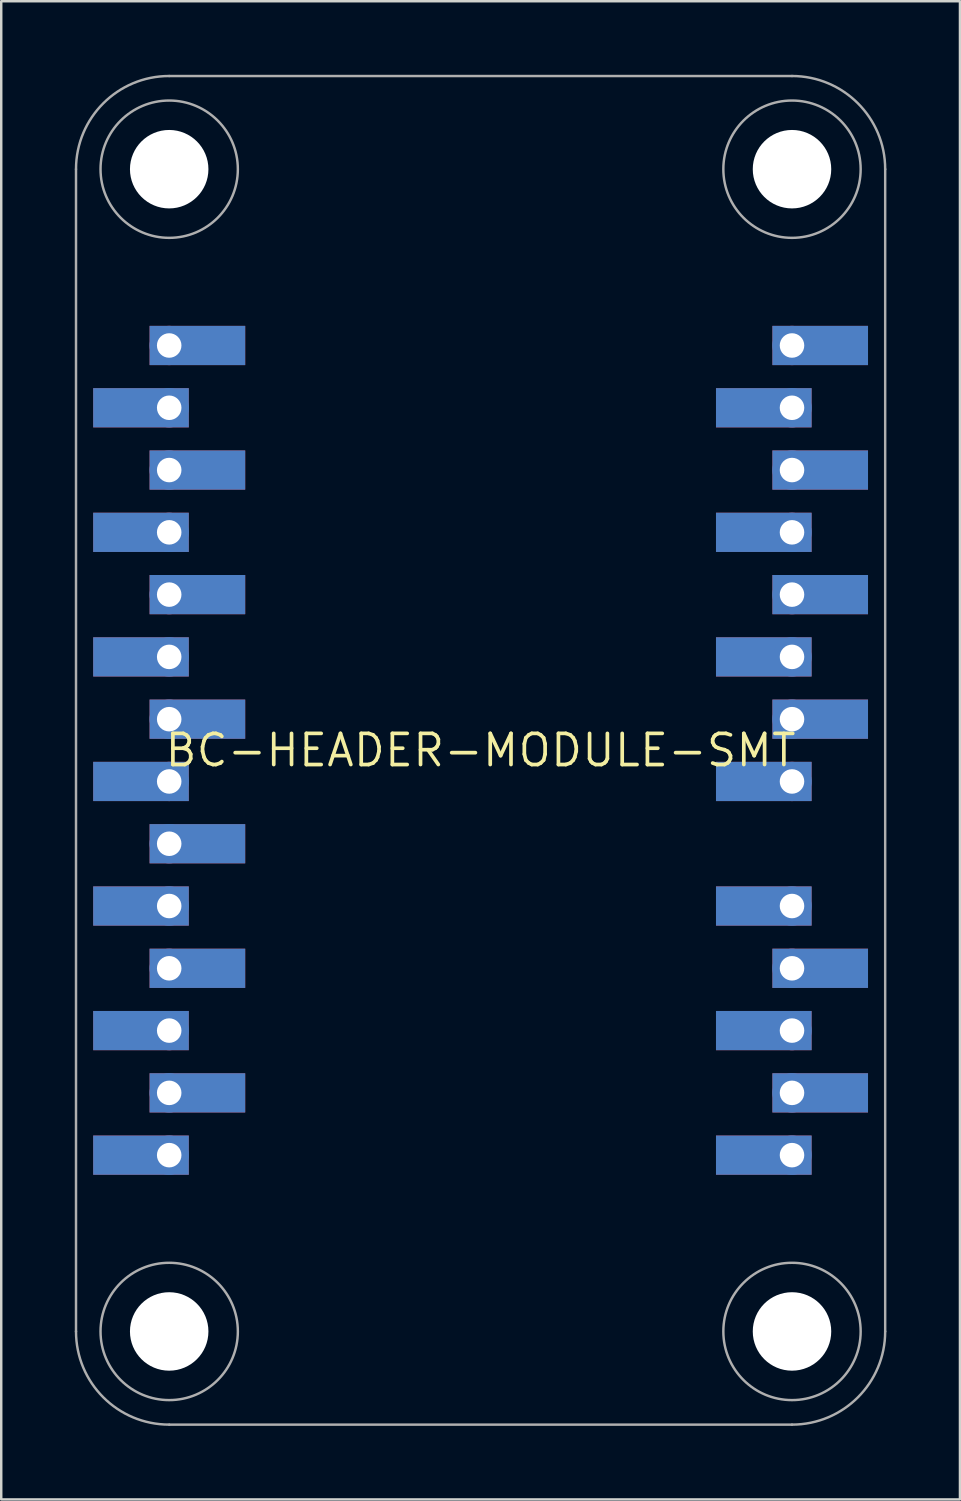
<source format=kicad_pcb>
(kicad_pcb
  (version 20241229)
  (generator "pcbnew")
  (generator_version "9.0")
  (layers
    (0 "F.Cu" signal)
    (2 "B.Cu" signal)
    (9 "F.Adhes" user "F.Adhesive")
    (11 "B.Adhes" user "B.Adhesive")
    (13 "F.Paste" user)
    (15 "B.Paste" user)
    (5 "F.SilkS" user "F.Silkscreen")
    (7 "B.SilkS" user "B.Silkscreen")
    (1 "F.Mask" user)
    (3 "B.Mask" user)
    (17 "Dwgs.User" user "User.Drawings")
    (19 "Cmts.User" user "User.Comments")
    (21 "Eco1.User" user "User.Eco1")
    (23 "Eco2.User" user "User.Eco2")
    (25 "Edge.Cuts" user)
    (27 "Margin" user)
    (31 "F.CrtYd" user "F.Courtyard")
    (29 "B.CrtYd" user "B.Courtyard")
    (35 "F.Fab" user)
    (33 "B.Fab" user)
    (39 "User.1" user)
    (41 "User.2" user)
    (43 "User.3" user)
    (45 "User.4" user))
  (footprint "BC-HEADER-MODULE-SMT"
    (layer "F.Cu")
    (at 16.55 27.55)
    (property "Reference" "BC-HEADER-MODULE-SMT" (at 0 0 0) (unlocked yes) (layer "F.SilkS") (effects (font (size 1.27 1.27) (thickness 0.15))))
    (fp_poly (pts (xy -11.9 -13.17) (xy -15.8 -13.17) (xy -15.8 -14.77) (xy -11.9 -14.77)) (stroke (width 0) (type default)) (fill yes) (layer "F.Cu"))
    (fp_poly (pts (xy -11.9 -8.09) (xy -15.8 -8.09) (xy -15.8 -9.69) (xy -11.9 -9.69)) (stroke (width 0) (type default)) (fill yes) (layer "F.Cu"))
    (fp_poly (pts (xy -11.9 -3.01) (xy -15.8 -3.01) (xy -15.8 -4.61) (xy -11.9 -4.61)) (stroke (width 0) (type default)) (fill yes) (layer "F.Cu"))
    (fp_poly (pts (xy -11.9 2.07) (xy -15.8 2.07) (xy -15.8 0.47) (xy -11.9 0.47)) (stroke (width 0) (type default)) (fill yes) (layer "F.Cu"))
    (fp_poly (pts (xy -11.9 7.15) (xy -15.8 7.15) (xy -15.8 5.55) (xy -11.9 5.55)) (stroke (width 0) (type default)) (fill yes) (layer "F.Cu"))
    (fp_poly (pts (xy -11.9 12.23) (xy -15.8 12.23) (xy -15.8 10.63) (xy -11.9 10.63)) (stroke (width 0) (type default)) (fill yes) (layer "F.Cu"))
    (fp_poly (pts (xy -11.9 17.31) (xy -15.8 17.31) (xy -15.8 15.71) (xy -11.9 15.71)) (stroke (width 0) (type default)) (fill yes) (layer "F.Cu"))
    (fp_poly (pts (xy -9.6 -15.71) (xy -13.5 -15.71) (xy -13.5 -17.31) (xy -9.6 -17.31)) (stroke (width 0) (type default)) (fill yes) (layer "F.Cu"))
    (fp_poly (pts (xy -9.6 -10.63) (xy -13.5 -10.63) (xy -13.5 -12.23) (xy -9.6 -12.23)) (stroke (width 0) (type default)) (fill yes) (layer "F.Cu"))
    (fp_poly (pts (xy -9.6 -5.55) (xy -13.5 -5.55) (xy -13.5 -7.15) (xy -9.6 -7.15)) (stroke (width 0) (type default)) (fill yes) (layer "F.Cu"))
    (fp_poly (pts (xy -9.6 -0.47) (xy -13.5 -0.47) (xy -13.5 -2.07) (xy -9.6 -2.07)) (stroke (width 0) (type default)) (fill yes) (layer "F.Cu"))
    (fp_poly (pts (xy -9.6 4.61) (xy -13.5 4.61) (xy -13.5 3.01) (xy -9.6 3.01)) (stroke (width 0) (type default)) (fill yes) (layer "F.Cu"))
    (fp_poly (pts (xy -9.6 9.69) (xy -13.5 9.69) (xy -13.5 8.09) (xy -9.6 8.09)) (stroke (width 0) (type default)) (fill yes) (layer "F.Cu"))
    (fp_poly (pts (xy -9.6 14.77) (xy -13.5 14.77) (xy -13.5 13.17) (xy -9.6 13.17)) (stroke (width 0) (type default)) (fill yes) (layer "F.Cu"))
    (fp_poly (pts (xy 13.5 -13.17) (xy 9.6 -13.17) (xy 9.6 -14.77) (xy 13.5 -14.77)) (stroke (width 0) (type default)) (fill yes) (layer "F.Cu"))
    (fp_poly (pts (xy 13.5 -8.09) (xy 9.6 -8.09) (xy 9.6 -9.69) (xy 13.5 -9.69)) (stroke (width 0) (type default)) (fill yes) (layer "F.Cu"))
    (fp_poly (pts (xy 13.5 -3.01) (xy 9.6 -3.01) (xy 9.6 -4.61) (xy 13.5 -4.61)) (stroke (width 0) (type default)) (fill yes) (layer "F.Cu"))
    (fp_poly (pts (xy 13.5 2.07) (xy 9.6 2.07) (xy 9.6 0.47) (xy 13.5 0.47)) (stroke (width 0) (type default)) (fill yes) (layer "F.Cu"))
    (fp_poly (pts (xy 13.5 7.15) (xy 9.6 7.15) (xy 9.6 5.55) (xy 13.5 5.55)) (stroke (width 0) (type default)) (fill yes) (layer "F.Cu"))
    (fp_poly (pts (xy 13.5 12.23) (xy 9.6 12.23) (xy 9.6 10.63) (xy 13.5 10.63)) (stroke (width 0) (type default)) (fill yes) (layer "F.Cu"))
    (fp_poly (pts (xy 13.5 17.31) (xy 9.6 17.31) (xy 9.6 15.71) (xy 13.5 15.71)) (stroke (width 0) (type default)) (fill yes) (layer "F.Cu"))
    (fp_poly (pts (xy 15.8 -15.71) (xy 11.9 -15.71) (xy 11.9 -17.31) (xy 15.8 -17.31)) (stroke (width 0) (type default)) (fill yes) (layer "F.Cu"))
    (fp_poly (pts (xy 15.8 -10.63) (xy 11.9 -10.63) (xy 11.9 -12.23) (xy 15.8 -12.23)) (stroke (width 0) (type default)) (fill yes) (layer "F.Cu"))
    (fp_poly (pts (xy 15.8 -5.55) (xy 11.9 -5.55) (xy 11.9 -7.15) (xy 15.8 -7.15)) (stroke (width 0) (type default)) (fill yes) (layer "F.Cu"))
    (fp_poly (pts (xy 15.8 -0.47) (xy 11.9 -0.47) (xy 11.9 -2.07) (xy 15.8 -2.07)) (stroke (width 0) (type default)) (fill yes) (layer "F.Cu"))
    (fp_poly (pts (xy 15.8 9.69) (xy 11.9 9.69) (xy 11.9 8.09) (xy 15.8 8.09)) (stroke (width 0) (type default)) (fill yes) (layer "F.Cu"))
    (fp_poly (pts (xy 15.8 14.77) (xy 11.9 14.77) (xy 11.9 13.17) (xy 15.8 13.17)) (stroke (width 0) (type default)) (fill yes) (layer "F.Cu"))
    (fp_poly (pts (xy -15.9 -13.07) (xy -11.8 -13.07) (xy -11.8 -14.87) (xy -15.9 -14.87)) (stroke (width 0) (type default)) (fill yes) (layer "F.Mask"))
    (fp_poly (pts (xy -15.9 -7.99) (xy -11.8 -7.99) (xy -11.8 -9.79) (xy -15.9 -9.79)) (stroke (width 0) (type default)) (fill yes) (layer "F.Mask"))
    (fp_poly (pts (xy -15.9 -2.91) (xy -11.8 -2.91) (xy -11.8 -4.71) (xy -15.9 -4.71)) (stroke (width 0) (type default)) (fill yes) (layer "F.Mask"))
    (fp_poly (pts (xy -15.9 2.17) (xy -11.8 2.17) (xy -11.8 0.37) (xy -15.9 0.37)) (stroke (width 0) (type default)) (fill yes) (layer "F.Mask"))
    (fp_poly (pts (xy -15.9 7.25) (xy -11.8 7.25) (xy -11.8 5.45) (xy -15.9 5.45)) (stroke (width 0) (type default)) (fill yes) (layer "F.Mask"))
    (fp_poly (pts (xy -15.9 12.33) (xy -11.8 12.33) (xy -11.8 10.53) (xy -15.9 10.53)) (stroke (width 0) (type default)) (fill yes) (layer "F.Mask"))
    (fp_poly (pts (xy -15.9 17.41) (xy -11.8 17.41) (xy -11.8 15.61) (xy -15.9 15.61)) (stroke (width 0) (type default)) (fill yes) (layer "F.Mask"))
    (fp_poly (pts (xy -9.5 -17.41) (xy -13.6 -17.41) (xy -13.6 -15.61) (xy -9.5 -15.61)) (stroke (width 0) (type default)) (fill yes) (layer "F.Mask"))
    (fp_poly (pts (xy -9.5 -12.33) (xy -13.6 -12.33) (xy -13.6 -10.53) (xy -9.5 -10.53)) (stroke (width 0) (type default)) (fill yes) (layer "F.Mask"))
    (fp_poly (pts (xy -9.5 -7.25) (xy -13.6 -7.25) (xy -13.6 -5.45) (xy -9.5 -5.45)) (stroke (width 0) (type default)) (fill yes) (layer "F.Mask"))
    (fp_poly (pts (xy -9.5 -2.17) (xy -13.6 -2.17) (xy -13.6 -0.37) (xy -9.5 -0.37)) (stroke (width 0) (type default)) (fill yes) (layer "F.Mask"))
    (fp_poly (pts (xy -9.5 2.91) (xy -13.6 2.91) (xy -13.6 4.71) (xy -9.5 4.71)) (stroke (width 0) (type default)) (fill yes) (layer "F.Mask"))
    (fp_poly (pts (xy -9.5 7.99) (xy -13.6 7.99) (xy -13.6 9.79) (xy -9.5 9.79)) (stroke (width 0) (type default)) (fill yes) (layer "F.Mask"))
    (fp_poly (pts (xy -9.5 13.07) (xy -13.6 13.07) (xy -13.6 14.87) (xy -9.5 14.87)) (stroke (width 0) (type default)) (fill yes) (layer "F.Mask"))
    (fp_poly (pts (xy 9.5 -13.07) (xy 13.6 -13.07) (xy 13.6 -14.87) (xy 9.5 -14.87)) (stroke (width 0) (type default)) (fill yes) (layer "F.Mask"))
    (fp_poly (pts (xy 9.5 -7.99) (xy 13.6 -7.99) (xy 13.6 -9.79) (xy 9.5 -9.79)) (stroke (width 0) (type default)) (fill yes) (layer "F.Mask"))
    (fp_poly (pts (xy 9.5 -2.91) (xy 13.6 -2.91) (xy 13.6 -4.71) (xy 9.5 -4.71)) (stroke (width 0) (type default)) (fill yes) (layer "F.Mask"))
    (fp_poly (pts (xy 9.5 2.17) (xy 13.6 2.17) (xy 13.6 0.37) (xy 9.5 0.37)) (stroke (width 0) (type default)) (fill yes) (layer "F.Mask"))
    (fp_poly (pts (xy 9.5 7.25) (xy 13.6 7.25) (xy 13.6 5.45) (xy 9.5 5.45)) (stroke (width 0) (type default)) (fill yes) (layer "F.Mask"))
    (fp_poly (pts (xy 9.5 12.33) (xy 13.6 12.33) (xy 13.6 10.53) (xy 9.5 10.53)) (stroke (width 0) (type default)) (fill yes) (layer "F.Mask"))
    (fp_poly (pts (xy 9.5 17.41) (xy 13.6 17.41) (xy 13.6 15.61) (xy 9.5 15.61)) (stroke (width 0) (type default)) (fill yes) (layer "F.Mask"))
    (fp_poly (pts (xy 15.9 -17.41) (xy 11.8 -17.41) (xy 11.8 -15.61) (xy 15.9 -15.61)) (stroke (width 0) (type default)) (fill yes) (layer "F.Mask"))
    (fp_poly (pts (xy 15.9 -12.33) (xy 11.8 -12.33) (xy 11.8 -10.53) (xy 15.9 -10.53)) (stroke (width 0) (type default)) (fill yes) (layer "F.Mask"))
    (fp_poly (pts (xy 15.9 -7.25) (xy 11.8 -7.25) (xy 11.8 -5.45) (xy 15.9 -5.45)) (stroke (width 0) (type default)) (fill yes) (layer "F.Mask"))
    (fp_poly (pts (xy 15.9 -2.17) (xy 11.8 -2.17) (xy 11.8 -0.37) (xy 15.9 -0.37)) (stroke (width 0) (type default)) (fill yes) (layer "F.Mask"))
    (fp_poly (pts (xy 15.9 7.99) (xy 11.8 7.99) (xy 11.8 9.79) (xy 15.9 9.79)) (stroke (width 0) (type default)) (fill yes) (layer "F.Mask"))
    (fp_poly (pts (xy 15.9 13.07) (xy 11.8 13.07) (xy 11.8 14.87) (xy 15.9 14.87)) (stroke (width 0) (type default)) (fill yes) (layer "F.Mask"))
    (fp_poly (pts (xy -11.9 -13.17) (xy -15.8 -13.17) (xy -15.8 -14.77) (xy -11.9 -14.77)) (stroke (width 0) (type default)) (fill yes) (layer "B.Cu"))
    (fp_poly (pts (xy -11.9 -8.09) (xy -15.8 -8.09) (xy -15.8 -9.69) (xy -11.9 -9.69)) (stroke (width 0) (type default)) (fill yes) (layer "B.Cu"))
    (fp_poly (pts (xy -11.9 -3.01) (xy -15.8 -3.01) (xy -15.8 -4.61) (xy -11.9 -4.61)) (stroke (width 0) (type default)) (fill yes) (layer "B.Cu"))
    (fp_poly (pts (xy -11.9 2.07) (xy -15.8 2.07) (xy -15.8 0.47) (xy -11.9 0.47)) (stroke (width 0) (type default)) (fill yes) (layer "B.Cu"))
    (fp_poly (pts (xy -11.9 7.15) (xy -15.8 7.15) (xy -15.8 5.55) (xy -11.9 5.55)) (stroke (width 0) (type default)) (fill yes) (layer "B.Cu"))
    (fp_poly (pts (xy -11.9 12.23) (xy -15.8 12.23) (xy -15.8 10.63) (xy -11.9 10.63)) (stroke (width 0) (type default)) (fill yes) (layer "B.Cu"))
    (fp_poly (pts (xy -11.9 17.31) (xy -15.8 17.31) (xy -15.8 15.71) (xy -11.9 15.71)) (stroke (width 0) (type default)) (fill yes) (layer "B.Cu"))
    (fp_poly (pts (xy -9.6 -15.71) (xy -13.5 -15.71) (xy -13.5 -17.31) (xy -9.6 -17.31)) (stroke (width 0) (type default)) (fill yes) (layer "B.Cu"))
    (fp_poly (pts (xy -9.6 -10.63) (xy -13.5 -10.63) (xy -13.5 -12.23) (xy -9.6 -12.23)) (stroke (width 0) (type default)) (fill yes) (layer "B.Cu"))
    (fp_poly (pts (xy -9.6 -5.55) (xy -13.5 -5.55) (xy -13.5 -7.15) (xy -9.6 -7.15)) (stroke (width 0) (type default)) (fill yes) (layer "B.Cu"))
    (fp_poly (pts (xy -9.6 -0.47) (xy -13.5 -0.47) (xy -13.5 -2.07) (xy -9.6 -2.07)) (stroke (width 0) (type default)) (fill yes) (layer "B.Cu"))
    (fp_poly (pts (xy -9.6 4.61) (xy -13.5 4.61) (xy -13.5 3.01) (xy -9.6 3.01)) (stroke (width 0) (type default)) (fill yes) (layer "B.Cu"))
    (fp_poly (pts (xy -9.6 9.69) (xy -13.5 9.69) (xy -13.5 8.09) (xy -9.6 8.09)) (stroke (width 0) (type default)) (fill yes) (layer "B.Cu"))
    (fp_poly (pts (xy -9.6 14.77) (xy -13.5 14.77) (xy -13.5 13.17) (xy -9.6 13.17)) (stroke (width 0) (type default)) (fill yes) (layer "B.Cu"))
    (fp_poly (pts (xy 13.5 -13.17) (xy 9.6 -13.17) (xy 9.6 -14.77) (xy 13.5 -14.77)) (stroke (width 0) (type default)) (fill yes) (layer "B.Cu"))
    (fp_poly (pts (xy 13.5 -8.09) (xy 9.6 -8.09) (xy 9.6 -9.69) (xy 13.5 -9.69)) (stroke (width 0) (type default)) (fill yes) (layer "B.Cu"))
    (fp_poly (pts (xy 13.5 -3.01) (xy 9.6 -3.01) (xy 9.6 -4.61) (xy 13.5 -4.61)) (stroke (width 0) (type default)) (fill yes) (layer "B.Cu"))
    (fp_poly (pts (xy 13.5 2.07) (xy 9.6 2.07) (xy 9.6 0.47) (xy 13.5 0.47)) (stroke (width 0) (type default)) (fill yes) (layer "B.Cu"))
    (fp_poly (pts (xy 13.5 7.15) (xy 9.6 7.15) (xy 9.6 5.55) (xy 13.5 5.55)) (stroke (width 0) (type default)) (fill yes) (layer "B.Cu"))
    (fp_poly (pts (xy 13.5 12.23) (xy 9.6 12.23) (xy 9.6 10.63) (xy 13.5 10.63)) (stroke (width 0) (type default)) (fill yes) (layer "B.Cu"))
    (fp_poly (pts (xy 13.5 17.31) (xy 9.6 17.31) (xy 9.6 15.71) (xy 13.5 15.71)) (stroke (width 0) (type default)) (fill yes) (layer "B.Cu"))
    (fp_poly (pts (xy 15.8 -15.71) (xy 11.9 -15.71) (xy 11.9 -17.31) (xy 15.8 -17.31)) (stroke (width 0) (type default)) (fill yes) (layer "B.Cu"))
    (fp_poly (pts (xy 15.8 -10.63) (xy 11.9 -10.63) (xy 11.9 -12.23) (xy 15.8 -12.23)) (stroke (width 0) (type default)) (fill yes) (layer "B.Cu"))
    (fp_poly (pts (xy 15.8 -5.55) (xy 11.9 -5.55) (xy 11.9 -7.15) (xy 15.8 -7.15)) (stroke (width 0) (type default)) (fill yes) (layer "B.Cu"))
    (fp_poly (pts (xy 15.8 -0.47) (xy 11.9 -0.47) (xy 11.9 -2.07) (xy 15.8 -2.07)) (stroke (width 0) (type default)) (fill yes) (layer "B.Cu"))
    (fp_poly (pts (xy 15.8 9.69) (xy 11.9 9.69) (xy 11.9 8.09) (xy 15.8 8.09)) (stroke (width 0) (type default)) (fill yes) (layer "B.Cu"))
    (fp_poly (pts (xy 15.8 14.77) (xy 11.9 14.77) (xy 11.9 13.17) (xy 15.8 13.17)) (stroke (width 0) (type default)) (fill yes) (layer "B.Cu"))
    (fp_poly (pts (xy -15.9 -13.07) (xy -11.8 -13.07) (xy -11.8 -14.87) (xy -15.9 -14.87)) (stroke (width 0) (type default)) (fill yes) (layer "B.Mask"))
    (fp_poly (pts (xy -15.9 -7.99) (xy -11.8 -7.99) (xy -11.8 -9.79) (xy -15.9 -9.79)) (stroke (width 0) (type default)) (fill yes) (layer "B.Mask"))
    (fp_poly (pts (xy -15.9 -2.91) (xy -11.8 -2.91) (xy -11.8 -4.71) (xy -15.9 -4.71)) (stroke (width 0) (type default)) (fill yes) (layer "B.Mask"))
    (fp_poly (pts (xy -15.9 2.17) (xy -11.8 2.17) (xy -11.8 0.37) (xy -15.9 0.37)) (stroke (width 0) (type default)) (fill yes) (layer "B.Mask"))
    (fp_poly (pts (xy -15.9 7.25) (xy -11.8 7.25) (xy -11.8 5.45) (xy -15.9 5.45)) (stroke (width 0) (type default)) (fill yes) (layer "B.Mask"))
    (fp_poly (pts (xy -15.9 12.33) (xy -11.8 12.33) (xy -11.8 10.53) (xy -15.9 10.53)) (stroke (width 0) (type default)) (fill yes) (layer "B.Mask"))
    (fp_poly (pts (xy -15.9 17.41) (xy -11.8 17.41) (xy -11.8 15.61) (xy -15.9 15.61)) (stroke (width 0) (type default)) (fill yes) (layer "B.Mask"))
    (fp_poly (pts (xy -9.5 -17.41) (xy -13.6 -17.41) (xy -13.6 -15.61) (xy -9.5 -15.61)) (stroke (width 0) (type default)) (fill yes) (layer "B.Mask"))
    (fp_poly (pts (xy -9.5 -12.33) (xy -13.6 -12.33) (xy -13.6 -10.53) (xy -9.5 -10.53)) (stroke (width 0) (type default)) (fill yes) (layer "B.Mask"))
    (fp_poly (pts (xy -9.5 -7.25) (xy -13.6 -7.25) (xy -13.6 -5.45) (xy -9.5 -5.45)) (stroke (width 0) (type default)) (fill yes) (layer "B.Mask"))
    (fp_poly (pts (xy -9.5 -2.17) (xy -13.6 -2.17) (xy -13.6 -0.37) (xy -9.5 -0.37)) (stroke (width 0) (type default)) (fill yes) (layer "B.Mask"))
    (fp_poly (pts (xy -9.5 2.91) (xy -13.6 2.91) (xy -13.6 4.71) (xy -9.5 4.71)) (stroke (width 0) (type default)) (fill yes) (layer "B.Mask"))
    (fp_poly (pts (xy -9.5 7.99) (xy -13.6 7.99) (xy -13.6 9.79) (xy -9.5 9.79)) (stroke (width 0) (type default)) (fill yes) (layer "B.Mask"))
    (fp_poly (pts (xy -9.5 13.07) (xy -13.6 13.07) (xy -13.6 14.87) (xy -9.5 14.87)) (stroke (width 0) (type default)) (fill yes) (layer "B.Mask"))
    (fp_poly (pts (xy 9.5 -13.07) (xy 13.6 -13.07) (xy 13.6 -14.87) (xy 9.5 -14.87)) (stroke (width 0) (type default)) (fill yes) (layer "B.Mask"))
    (fp_poly (pts (xy 9.5 -7.99) (xy 13.6 -7.99) (xy 13.6 -9.79) (xy 9.5 -9.79)) (stroke (width 0) (type default)) (fill yes) (layer "B.Mask"))
    (fp_poly (pts (xy 9.5 -2.91) (xy 13.6 -2.91) (xy 13.6 -4.71) (xy 9.5 -4.71)) (stroke (width 0) (type default)) (fill yes) (layer "B.Mask"))
    (fp_poly (pts (xy 9.5 2.17) (xy 13.6 2.17) (xy 13.6 0.37) (xy 9.5 0.37)) (stroke (width 0) (type default)) (fill yes) (layer "B.Mask"))
    (fp_poly (pts (xy 9.5 7.25) (xy 13.6 7.25) (xy 13.6 5.45) (xy 9.5 5.45)) (stroke (width 0) (type default)) (fill yes) (layer "B.Mask"))
    (fp_poly (pts (xy 9.5 12.33) (xy 13.6 12.33) (xy 13.6 10.53) (xy 9.5 10.53)) (stroke (width 0) (type default)) (fill yes) (layer "B.Mask"))
    (fp_poly (pts (xy 9.5 17.41) (xy 13.6 17.41) (xy 13.6 15.61) (xy 9.5 15.61)) (stroke (width 0) (type default)) (fill yes) (layer "B.Mask"))
    (fp_poly (pts (xy 15.9 -17.41) (xy 11.8 -17.41) (xy 11.8 -15.61) (xy 15.9 -15.61)) (stroke (width 0) (type default)) (fill yes) (layer "B.Mask"))
    (fp_poly (pts (xy 15.9 -12.33) (xy 11.8 -12.33) (xy 11.8 -10.53) (xy 15.9 -10.53)) (stroke (width 0) (type default)) (fill yes) (layer "B.Mask"))
    (fp_poly (pts (xy 15.9 -7.25) (xy 11.8 -7.25) (xy 11.8 -5.45) (xy 15.9 -5.45)) (stroke (width 0) (type default)) (fill yes) (layer "B.Mask"))
    (fp_poly (pts (xy 15.9 -2.17) (xy 11.8 -2.17) (xy 11.8 -0.37) (xy 15.9 -0.37)) (stroke (width 0) (type default)) (fill yes) (layer "B.Mask"))
    (fp_poly (pts (xy 15.9 7.99) (xy 11.8 7.99) (xy 11.8 9.79) (xy 15.9 9.79)) (stroke (width 0) (type default)) (fill yes) (layer "B.Mask"))
    (fp_poly (pts (xy 15.9 13.07) (xy 11.8 13.07) (xy 11.8 14.87) (xy 15.9 14.87)) (stroke (width 0) (type default)) (fill yes) (layer "B.Mask"))
    (fp_poly (pts (xy -15.7 -13.32) (xy -13.6 -13.32) (xy -13.6 -14.62) (xy -15.7 -14.62)) (stroke (width 0) (type default)) (fill yes) (layer "F.Paste"))
    (fp_poly (pts (xy -15.7 -8.24) (xy -13.6 -8.24) (xy -13.6 -9.54) (xy -15.7 -9.54)) (stroke (width 0) (type default)) (fill yes) (layer "F.Paste"))
    (fp_poly (pts (xy -15.7 -3.16) (xy -13.6 -3.16) (xy -13.6 -4.46) (xy -15.7 -4.46)) (stroke (width 0) (type default)) (fill yes) (layer "F.Paste"))
    (fp_poly (pts (xy -15.7 1.92) (xy -13.6 1.92) (xy -13.6 0.62) (xy -15.7 0.62)) (stroke (width 0) (type default)) (fill yes) (layer "F.Paste"))
    (fp_poly (pts (xy -15.7 7) (xy -13.6 7) (xy -13.6 5.7) (xy -15.7 5.7)) (stroke (width 0) (type default)) (fill yes) (layer "F.Paste"))
    (fp_poly (pts (xy -13.6 10.78) (xy -15.7 10.78) (xy -15.7 12.08) (xy -13.6 12.08)) (stroke (width 0) (type default)) (fill yes) (layer "F.Paste"))
    (fp_poly (pts (xy -13.6 15.86) (xy -15.7 15.86) (xy -15.7 17.16) (xy -13.6 17.16)) (stroke (width 0) (type default)) (fill yes) (layer "F.Paste"))
    (fp_poly (pts (xy -11.8 -10.78) (xy -9.7 -10.78) (xy -9.7 -12.08) (xy -11.8 -12.08)) (stroke (width 0) (type default)) (fill yes) (layer "F.Paste"))
    (fp_poly (pts (xy -11.8 -5.7) (xy -9.7 -5.7) (xy -9.7 -7) (xy -11.8 -7)) (stroke (width 0) (type default)) (fill yes) (layer "F.Paste"))
    (fp_poly (pts (xy -11.8 -0.62) (xy -9.7 -0.62) (xy -9.7 -1.92) (xy -11.8 -1.92)) (stroke (width 0) (type default)) (fill yes) (layer "F.Paste"))
    (fp_poly (pts (xy -11.8 4.46) (xy -9.7 4.46) (xy -9.7 3.16) (xy -11.8 3.16)) (stroke (width 0) (type default)) (fill yes) (layer "F.Paste"))
    (fp_poly (pts (xy -11.8 9.54) (xy -9.7 9.54) (xy -9.7 8.24) (xy -11.8 8.24)) (stroke (width 0) (type default)) (fill yes) (layer "F.Paste"))
    (fp_poly (pts (xy -11.8 14.62) (xy -9.7 14.62) (xy -9.7 13.32) (xy -11.8 13.32)) (stroke (width 0) (type default)) (fill yes) (layer "F.Paste"))
    (fp_poly (pts (xy -9.7 -17.16) (xy -11.8 -17.16) (xy -11.8 -15.86) (xy -9.7 -15.86)) (stroke (width 0) (type default)) (fill yes) (layer "F.Paste"))
    (fp_poly (pts (xy 9.7 -13.32) (xy 11.8 -13.32) (xy 11.8 -14.62) (xy 9.7 -14.62)) (stroke (width 0) (type default)) (fill yes) (layer "F.Paste"))
    (fp_poly (pts (xy 9.7 -8.24) (xy 11.8 -8.24) (xy 11.8 -9.54) (xy 9.7 -9.54)) (stroke (width 0) (type default)) (fill yes) (layer "F.Paste"))
    (fp_poly (pts (xy 9.7 -3.16) (xy 11.8 -3.16) (xy 11.8 -4.46) (xy 9.7 -4.46)) (stroke (width 0) (type default)) (fill yes) (layer "F.Paste"))
    (fp_poly (pts (xy 9.7 1.92) (xy 11.8 1.92) (xy 11.8 0.62) (xy 9.7 0.62)) (stroke (width 0) (type default)) (fill yes) (layer "F.Paste"))
    (fp_poly (pts (xy 9.7 7) (xy 11.8 7) (xy 11.8 5.7) (xy 9.7 5.7)) (stroke (width 0) (type default)) (fill yes) (layer "F.Paste"))
    (fp_poly (pts (xy 11.8 10.78) (xy 9.7 10.78) (xy 9.7 12.08) (xy 11.8 12.08)) (stroke (width 0) (type default)) (fill yes) (layer "F.Paste"))
    (fp_poly (pts (xy 11.8 15.86) (xy 9.7 15.86) (xy 9.7 17.16) (xy 11.8 17.16)) (stroke (width 0) (type default)) (fill yes) (layer "F.Paste"))
    (fp_poly (pts (xy 13.6 -10.78) (xy 15.7 -10.78) (xy 15.7 -12.08) (xy 13.6 -12.08)) (stroke (width 0) (type default)) (fill yes) (layer "F.Paste"))
    (fp_poly (pts (xy 13.6 -5.7) (xy 15.7 -5.7) (xy 15.7 -7) (xy 13.6 -7)) (stroke (width 0) (type default)) (fill yes) (layer "F.Paste"))
    (fp_poly (pts (xy 13.6 -0.62) (xy 15.7 -0.62) (xy 15.7 -1.92) (xy 13.6 -1.92)) (stroke (width 0) (type default)) (fill yes) (layer "F.Paste"))
    (fp_poly (pts (xy 13.6 9.54) (xy 15.7 9.54) (xy 15.7 8.24) (xy 13.6 8.24)) (stroke (width 0) (type default)) (fill yes) (layer "F.Paste"))
    (fp_poly (pts (xy 13.6 14.62) (xy 15.7 14.62) (xy 15.7 13.32) (xy 13.6 13.32)) (stroke (width 0) (type default)) (fill yes) (layer "F.Paste"))
    (fp_poly (pts (xy 15.7 -17.16) (xy 13.6 -17.16) (xy 13.6 -15.86) (xy 15.7 -15.86)) (stroke (width 0) (type default)) (fill yes) (layer "F.Paste"))
    (fp_poly (pts (xy -13.6 -14.62) (xy -15.7 -14.62) (xy -15.7 -13.32) (xy -13.6 -13.32)) (stroke (width 0) (type default)) (fill yes) (layer "B.Paste"))
    (fp_poly (pts (xy -13.6 -9.54) (xy -15.7 -9.54) (xy -15.7 -8.24) (xy -13.6 -8.24)) (stroke (width 0) (type default)) (fill yes) (layer "B.Paste"))
    (fp_poly (pts (xy -13.6 -4.46) (xy -15.7 -4.46) (xy -15.7 -3.16) (xy -13.6 -3.16)) (stroke (width 0) (type default)) (fill yes) (layer "B.Paste"))
    (fp_poly (pts (xy -13.6 0.62) (xy -15.7 0.62) (xy -15.7 1.92) (xy -13.6 1.92)) (stroke (width 0) (type default)) (fill yes) (layer "B.Paste"))
    (fp_poly (pts (xy -13.6 5.7) (xy -15.7 5.7) (xy -15.7 7) (xy -13.6 7)) (stroke (width 0) (type default)) (fill yes) (layer "B.Paste"))
    (fp_poly (pts (xy -13.6 10.78) (xy -15.7 10.78) (xy -15.7 12.08) (xy -13.6 12.08)) (stroke (width 0) (type default)) (fill yes) (layer "B.Paste"))
    (fp_poly (pts (xy -13.6 15.86) (xy -15.7 15.86) (xy -15.7 17.16) (xy -13.6 17.16)) (stroke (width 0) (type default)) (fill yes) (layer "B.Paste"))
    (fp_poly (pts (xy -11.8 9.54) (xy -9.7 9.54) (xy -9.7 8.24) (xy -11.8 8.24)) (stroke (width 0) (type default)) (fill yes) (layer "B.Paste"))
    (fp_poly (pts (xy -11.8 14.62) (xy -9.7 14.62) (xy -9.7 13.32) (xy -11.8 13.32)) (stroke (width 0) (type default)) (fill yes) (layer "B.Paste"))
    (fp_poly (pts (xy -9.7 -17.16) (xy -11.8 -17.16) (xy -11.8 -15.86) (xy -9.7 -15.86)) (stroke (width 0) (type default)) (fill yes) (layer "B.Paste"))
    (fp_poly (pts (xy -9.7 -12.08) (xy -11.8 -12.08) (xy -11.8 -10.78) (xy -9.7 -10.78)) (stroke (width 0) (type default)) (fill yes) (layer "B.Paste"))
    (fp_poly (pts (xy -9.7 -7) (xy -11.8 -7) (xy -11.8 -5.7) (xy -9.7 -5.7)) (stroke (width 0) (type default)) (fill yes) (layer "B.Paste"))
    (fp_poly (pts (xy -9.7 -1.92) (xy -11.8 -1.92) (xy -11.8 -0.62) (xy -9.7 -0.62)) (stroke (width 0) (type default)) (fill yes) (layer "B.Paste"))
    (fp_poly (pts (xy -9.7 3.16) (xy -11.8 3.16) (xy -11.8 4.46) (xy -9.7 4.46)) (stroke (width 0) (type default)) (fill yes) (layer "B.Paste"))
    (fp_poly (pts (xy 11.8 -14.62) (xy 9.7 -14.62) (xy 9.7 -13.32) (xy 11.8 -13.32)) (stroke (width 0) (type default)) (fill yes) (layer "B.Paste"))
    (fp_poly (pts (xy 11.8 -9.54) (xy 9.7 -9.54) (xy 9.7 -8.24) (xy 11.8 -8.24)) (stroke (width 0) (type default)) (fill yes) (layer "B.Paste"))
    (fp_poly (pts (xy 11.8 -4.46) (xy 9.7 -4.46) (xy 9.7 -3.16) (xy 11.8 -3.16)) (stroke (width 0) (type default)) (fill yes) (layer "B.Paste"))
    (fp_poly (pts (xy 11.8 0.62) (xy 9.7 0.62) (xy 9.7 1.92) (xy 11.8 1.92)) (stroke (width 0) (type default)) (fill yes) (layer "B.Paste"))
    (fp_poly (pts (xy 11.8 5.7) (xy 9.7 5.7) (xy 9.7 7) (xy 11.8 7)) (stroke (width 0) (type default)) (fill yes) (layer "B.Paste"))
    (fp_poly (pts (xy 11.8 10.78) (xy 9.7 10.78) (xy 9.7 12.08) (xy 11.8 12.08)) (stroke (width 0) (type default)) (fill yes) (layer "B.Paste"))
    (fp_poly (pts (xy 11.8 15.86) (xy 9.7 15.86) (xy 9.7 17.16) (xy 11.8 17.16)) (stroke (width 0) (type default)) (fill yes) (layer "B.Paste"))
    (fp_poly (pts (xy 13.6 9.54) (xy 15.7 9.54) (xy 15.7 8.24) (xy 13.6 8.24)) (stroke (width 0) (type default)) (fill yes) (layer "B.Paste"))
    (fp_poly (pts (xy 13.6 14.62) (xy 15.7 14.62) (xy 15.7 13.32) (xy 13.6 13.32)) (stroke (width 0) (type default)) (fill yes) (layer "B.Paste"))
    (fp_poly (pts (xy 15.7 -17.16) (xy 13.6 -17.16) (xy 13.6 -15.86) (xy 15.7 -15.86)) (stroke (width 0) (type default)) (fill yes) (layer "B.Paste"))
    (fp_poly (pts (xy 15.7 -12.08) (xy 13.6 -12.08) (xy 13.6 -10.78) (xy 15.7 -10.78)) (stroke (width 0) (type default)) (fill yes) (layer "B.Paste"))
    (fp_poly (pts (xy 15.7 -7) (xy 13.6 -7) (xy 13.6 -5.7) (xy 15.7 -5.7)) (stroke (width 0) (type default)) (fill yes) (layer "B.Paste"))
    (fp_poly (pts (xy 15.7 -1.92) (xy 13.6 -1.92) (xy 13.6 -0.62) (xy 15.7 -0.62)) (stroke (width 0) (type default)) (fill yes) (layer "B.Paste"))
    (fp_line (start -16.5 23.7) (end -16.5 -23.7) (stroke (width 0.1) (type solid)) (layer "F.Fab"))
    (fp_line (start -12.7 -27.5) (end 12.7 -27.5) (stroke (width 0.1) (type solid)) (layer "F.Fab"))
    (fp_line (start 12.7 27.5) (end -12.7 27.5) (stroke (width 0.1) (type solid)) (layer "F.Fab"))
    (fp_line (start 16.5 -23.7) (end 16.5 23.7) (stroke (width 0.1) (type solid)) (layer "F.Fab"))
    (fp_arc (start -16.5 -23.7) (mid -15.387006 -26.387006) (end -12.7 -27.5) (stroke (width 0.1) (type solid)) (layer "F.Fab"))
    (fp_arc (start -12.7 27.5) (mid -15.387006 26.387006) (end -16.5 23.7) (stroke (width 0.1) (type solid)) (layer "F.Fab"))
    (fp_arc (start 12.7 -27.5) (mid 15.387006 -26.387006) (end 16.5 -23.7) (stroke (width 0.1) (type solid)) (layer "F.Fab"))
    (fp_arc (start 16.5 23.7) (mid 15.387006 26.387006) (end 12.7 27.5) (stroke (width 0.1) (type solid)) (layer "F.Fab"))
    (fp_circle (center -12.7 -23.7) (end -9.9 -23.7) (stroke (width 0.1) (type solid)) (fill no) (layer "F.Fab"))
    (fp_circle (center -12.7 23.7) (end -9.9 23.7) (stroke (width 0.1) (type solid)) (fill no) (layer "F.Fab"))
    (fp_circle (center 12.7 -23.7) (end 15.5 -23.7) (stroke (width 0.1) (type solid)) (fill no) (layer "F.Fab"))
    (fp_circle (center 12.7 23.7) (end 15.5 23.7) (stroke (width 0.1) (type solid)) (fill no) (layer "F.Fab"))
    (pad "" np_thru_hole circle (at -12.7 -23.7) (size 3.2 3.2) (drill 3.2) (layers "*.Cu" "*.Mask"))
    (pad "" np_thru_hole circle (at -12.7 23.7) (size 3.2 3.2) (drill 3.2) (layers "*.Cu" "*.Mask"))
    (pad "" np_thru_hole circle (at 12.7 -23.7) (size 3.2 3.2) (drill 3.2) (layers "*.Cu" "*.Mask"))
    (pad "" np_thru_hole circle (at 12.7 23.7) (size 3.2 3.2) (drill 3.2) (layers "*.Cu" "*.Mask"))
    (pad "1" thru_hole circle (at -12.7 -16.51 270) (size 1.6 1.6) (drill 1) (layers "*.Cu"))
    (pad "2" thru_hole circle (at -12.7 -13.97 270) (size 1.6 1.6) (drill 1) (layers "*.Cu"))
    (pad "3" thru_hole circle (at -12.7 -11.43 270) (size 1.6 1.6) (drill 1) (layers "*.Cu"))
    (pad "4" thru_hole circle (at -12.7 -8.89 270) (size 1.6 1.6) (drill 1) (layers "*.Cu"))
    (pad "5" thru_hole circle (at -12.7 -6.35 270) (size 1.6 1.6) (drill 1) (layers "*.Cu"))
    (pad "6" thru_hole circle (at -12.7 -3.81 270) (size 1.6 1.6) (drill 1) (layers "*.Cu"))
    (pad "7" thru_hole circle (at -12.7 -1.27 270) (size 1.6 1.6) (drill 1) (layers "*.Cu"))
    (pad "8" thru_hole circle (at -12.7 1.27 270) (size 1.6 1.6) (drill 1) (layers "*.Cu"))
    (pad "9" thru_hole circle (at -12.7 3.81 270) (size 1.6 1.6) (drill 1) (layers "*.Cu"))
    (pad "10" thru_hole circle (at -12.7 6.35 270) (size 1.6 1.6) (drill 1) (layers "*.Cu"))
    (pad "11" thru_hole circle (at -12.7 8.89 270) (size 1.6 1.6) (drill 1) (layers "*.Cu"))
    (pad "12" thru_hole circle (at -12.7 11.43 270) (size 1.6 1.6) (drill 1) (layers "*.Cu"))
    (pad "13" thru_hole circle (at -12.7 13.97 270) (size 1.6 1.6) (drill 1) (layers "*.Cu"))
    (pad "14" thru_hole circle (at -12.7 16.51 270) (size 1.6 1.6) (drill 1) (layers "*.Cu"))
    (pad "15" thru_hole circle (at 12.7 16.51 90) (size 1.6 1.6) (drill 1) (layers "*.Cu"))
    (pad "16" thru_hole circle (at 12.7 13.97 90) (size 1.6 1.6) (drill 1) (layers "*.Cu"))
    (pad "17" thru_hole circle (at 12.7 11.43 90) (size 1.6 1.6) (drill 1) (layers "*.Cu"))
    (pad "18" thru_hole circle (at 12.7 8.89 90) (size 1.6 1.6) (drill 1) (layers "*.Cu"))
    (pad "19" thru_hole circle (at 12.7 6.35 90) (size 1.6 1.6) (drill 1) (layers "*.Cu"))
    (pad "21" thru_hole circle (at 12.7 1.27 90) (size 1.6 1.6) (drill 1) (layers "*.Cu"))
    (pad "22" thru_hole circle (at 12.7 -1.27 90) (size 1.6 1.6) (drill 1) (layers "*.Cu"))
    (pad "23" thru_hole circle (at 12.7 -3.81 90) (size 1.6 1.6) (drill 1) (layers "*.Cu"))
    (pad "24" thru_hole circle (at 12.7 -6.35 90) (size 1.6 1.6) (drill 1) (layers "*.Cu"))
    (pad "25" thru_hole circle (at 12.7 -8.89 90) (size 1.6 1.6) (drill 1) (layers "*.Cu"))
    (pad "26" thru_hole circle (at 12.7 -11.43 90) (size 1.6 1.6) (drill 1) (layers "*.Cu"))
    (pad "27" thru_hole circle (at 12.7 -13.97 90) (size 1.6 1.6) (drill 1) (layers "*.Cu"))
    (pad "28" thru_hole circle (at 12.7 -16.51 90) (size 1.6 1.6) (drill 1) (layers "*.Cu"))
    (zone (net_name "") (layer "F.Cu") (hatch edge 0.5) (connect_pads) (min_thickness 0.25) (filled_areas_thickness no) (keepout (tracks not_allowed) (vias not_allowed) (pads not_allowed) (copperpour not_allowed) (footprints allowed)) (placement (enabled no)) (fill) (polygon (pts (xy 0.15 48.15) (xy 3.85 48.15) (xy 4.197 48.169) (xy 4.54 48.228) (xy 4.874 48.324) (xy 5.195 48.457) (xy 5.499 48.625) (xy 5.783 48.826) (xy 6.042 49.058) (xy 6.274 49.317) (xy 6.475 49.601) (xy 6.643 49.905) (xy 6.776 50.226) (xy 6.872 50.56) (xy 6.95 51.25) (xy 6.95 54.95) (xy 3.85 54.95) (xy 3.463 54.93) (xy 3.081 54.869) (xy 2.707 54.769) (xy 2.345 54.63) (xy 2 54.454) (xy 1.675 54.243) (xy 1.374 54) (xy 1.1 53.726) (xy 0.857 53.425) (xy 0.646 53.1) (xy 0.47 52.755) (xy 0.331 52.393) (xy 0.231 52.019) (xy 0.15 51.25))))
    (zone (net_name "") (layer "F.Cu") (hatch edge 0.5) (connect_pads) (min_thickness 0.25) (filled_areas_thickness no) (keepout (tracks not_allowed) (vias not_allowed) (pads not_allowed) (copperpour not_allowed) (footprints allowed)) (placement (enabled no)) (fill) (polygon (pts (xy 6.95 0.15) (xy 6.95 3.85) (xy 6.931 4.197) (xy 6.872 4.54) (xy 6.776 4.874) (xy 6.643 5.195) (xy 6.475 5.499) (xy 6.274 5.783) (xy 6.042 6.042) (xy 5.783 6.274) (xy 5.499 6.475) (xy 5.195 6.643) (xy 4.874 6.776) (xy 4.54 6.872) (xy 3.85 6.95) (xy 0.15 6.95) (xy 0.15 3.85) (xy 0.17 3.463) (xy 0.231 3.081) (xy 0.331 2.707) (xy 0.47 2.345) (xy 0.646 2) (xy 0.857 1.675) (xy 1.1 1.374) (xy 1.374 1.1) (xy 1.675 0.857) (xy 2 0.646) (xy 2.345 0.47) (xy 2.707 0.331) (xy 3.081 0.231) (xy 3.85 0.15))))
    (zone (net_name "") (layer "F.Cu") (hatch edge 0.5) (connect_pads) (min_thickness 0.25) (filled_areas_thickness no) (keepout (tracks not_allowed) (vias not_allowed) (pads not_allowed) (copperpour not_allowed) (footprints allowed)) (placement (enabled no)) (fill) (polygon (pts (xy 26.15 54.95) (xy 26.15 51.25) (xy 26.169 50.903) (xy 26.228 50.56) (xy 26.324 50.226) (xy 26.457 49.905) (xy 26.625 49.601) (xy 26.826 49.317) (xy 27.058 49.058) (xy 27.317 48.826) (xy 27.601 48.625) (xy 27.905 48.457) (xy 28.226 48.324) (xy 28.56 48.228) (xy 29.25 48.15) (xy 32.95 48.15) (xy 32.95 51.25) (xy 32.93 51.637) (xy 32.869 52.019) (xy 32.769 52.393) (xy 32.63 52.755) (xy 32.454 53.1) (xy 32.243 53.425) (xy 32 53.726) (xy 31.726 54) (xy 31.425 54.243) (xy 31.1 54.454) (xy 30.755 54.63) (xy 30.393 54.769) (xy 30.019 54.869) (xy 29.637 54.93) (xy 29.25 54.95))))
    (zone (net_name "") (layer "F.Cu") (hatch edge 0.5) (connect_pads) (min_thickness 0.25) (filled_areas_thickness no) (keepout (tracks not_allowed) (vias not_allowed) (pads not_allowed) (copperpour not_allowed) (footprints allowed)) (placement (enabled no)) (fill) (polygon (pts (xy 32.95 6.95) (xy 29.25 6.95) (xy 28.903 6.931) (xy 28.56 6.872) (xy 28.226 6.776) (xy 27.905 6.643) (xy 27.601 6.475) (xy 27.317 6.274) (xy 27.058 6.042) (xy 26.826 5.783) (xy 26.625 5.499) (xy 26.457 5.195) (xy 26.324 4.874) (xy 26.228 4.54) (xy 26.15 3.85) (xy 26.15 0.15) (xy 29.25 0.15) (xy 29.637 0.17) (xy 30.019 0.231) (xy 30.393 0.331) (xy 30.755 0.47) (xy 31.1 0.646) (xy 31.425 0.857) (xy 31.726 1.1) (xy 32 1.374) (xy 32.243 1.675) (xy 32.454 2) (xy 32.63 2.345) (xy 32.769 2.707) (xy 32.869 3.081) (xy 32.93 3.463) (xy 32.95 3.85))))
    (zone (net_name "") (layer "B.Cu") (hatch edge 0.5) (connect_pads) (min_thickness 0.25) (filled_areas_thickness no) (keepout (tracks not_allowed) (vias not_allowed) (pads not_allowed) (copperpour not_allowed) (footprints allowed)) (placement (enabled no)) (fill) (polygon (pts (xy 0.15 48.15) (xy 3.85 48.15) (xy 4.197 48.169) (xy 4.54 48.228) (xy 4.874 48.324) (xy 5.195 48.457) (xy 5.499 48.625) (xy 5.783 48.826) (xy 6.042 49.058) (xy 6.274 49.317) (xy 6.475 49.601) (xy 6.643 49.905) (xy 6.776 50.226) (xy 6.872 50.56) (xy 6.95 51.25) (xy 6.95 54.95) (xy 3.85 54.95) (xy 3.463 54.93) (xy 3.081 54.869) (xy 2.707 54.769) (xy 2.345 54.63) (xy 2 54.454) (xy 1.675 54.243) (xy 1.374 54) (xy 1.1 53.726) (xy 0.857 53.425) (xy 0.646 53.1) (xy 0.47 52.755) (xy 0.331 52.393) (xy 0.231 52.019) (xy 0.15 51.25))))
    (zone (net_name "") (layer "B.Cu") (hatch edge 0.5) (connect_pads) (min_thickness 0.25) (filled_areas_thickness no) (keepout (tracks not_allowed) (vias not_allowed) (pads not_allowed) (copperpour not_allowed) (footprints allowed)) (placement (enabled no)) (fill) (polygon (pts (xy 6.95 0.15) (xy 6.95 3.85) (xy 6.931 4.197) (xy 6.872 4.54) (xy 6.776 4.874) (xy 6.643 5.195) (xy 6.475 5.499) (xy 6.274 5.783) (xy 6.042 6.042) (xy 5.783 6.274) (xy 5.499 6.475) (xy 5.195 6.643) (xy 4.874 6.776) (xy 4.54 6.872) (xy 3.85 6.95) (xy 0.15 6.95) (xy 0.15 3.85) (xy 0.17 3.463) (xy 0.231 3.081) (xy 0.331 2.707) (xy 0.47 2.345) (xy 0.646 2) (xy 0.857 1.675) (xy 1.1 1.374) (xy 1.374 1.1) (xy 1.675 0.857) (xy 2 0.646) (xy 2.345 0.47) (xy 2.707 0.331) (xy 3.081 0.231) (xy 3.85 0.15))))
    (zone (net_name "") (layer "B.Cu") (hatch edge 0.5) (connect_pads) (min_thickness 0.25) (filled_areas_thickness no) (keepout (tracks not_allowed) (vias not_allowed) (pads not_allowed) (copperpour not_allowed) (footprints allowed)) (placement (enabled no)) (fill) (polygon (pts (xy 26.15 54.95) (xy 26.15 51.25) (xy 26.169 50.903) (xy 26.228 50.56) (xy 26.324 50.226) (xy 26.457 49.905) (xy 26.625 49.601) (xy 26.826 49.317) (xy 27.058 49.058) (xy 27.317 48.826) (xy 27.601 48.625) (xy 27.905 48.457) (xy 28.226 48.324) (xy 28.56 48.228) (xy 29.25 48.15) (xy 32.95 48.15) (xy 32.95 51.25) (xy 32.93 51.637) (xy 32.869 52.019) (xy 32.769 52.393) (xy 32.63 52.755) (xy 32.454 53.1) (xy 32.243 53.425) (xy 32 53.726) (xy 31.726 54) (xy 31.425 54.243) (xy 31.1 54.454) (xy 30.755 54.63) (xy 30.393 54.769) (xy 30.019 54.869) (xy 29.637 54.93) (xy 29.25 54.95))))
    (zone (net_name "") (layer "B.Cu") (hatch edge 0.5) (connect_pads) (min_thickness 0.25) (filled_areas_thickness no) (keepout (tracks not_allowed) (vias not_allowed) (pads not_allowed) (copperpour not_allowed) (footprints allowed)) (placement (enabled no)) (fill) (polygon (pts (xy 32.95 6.95) (xy 29.25 6.95) (xy 28.903 6.931) (xy 28.56 6.872) (xy 28.226 6.776) (xy 27.905 6.643) (xy 27.601 6.475) (xy 27.317 6.274) (xy 27.058 6.042) (xy 26.826 5.783) (xy 26.625 5.499) (xy 26.457 5.195) (xy 26.324 4.874) (xy 26.228 4.54) (xy 26.15 3.85) (xy 26.15 0.15) (xy 29.25 0.15) (xy 29.637 0.17) (xy 30.019 0.231) (xy 30.393 0.331) (xy 30.755 0.47) (xy 31.1 0.646) (xy 31.425 0.857) (xy 31.726 1.1) (xy 32 1.374) (xy 32.243 1.675) (xy 32.454 2) (xy 32.63 2.345) (xy 32.769 2.707) (xy 32.869 3.081) (xy 32.93 3.463) (xy 32.95 3.85)))))
  (gr_rect
    (start -3 -3)
    (end 36.1 58.1)
    (stroke (width 0.1) (type default))
    (fill no)
    (layer "Edge.Cuts")))
</source>
